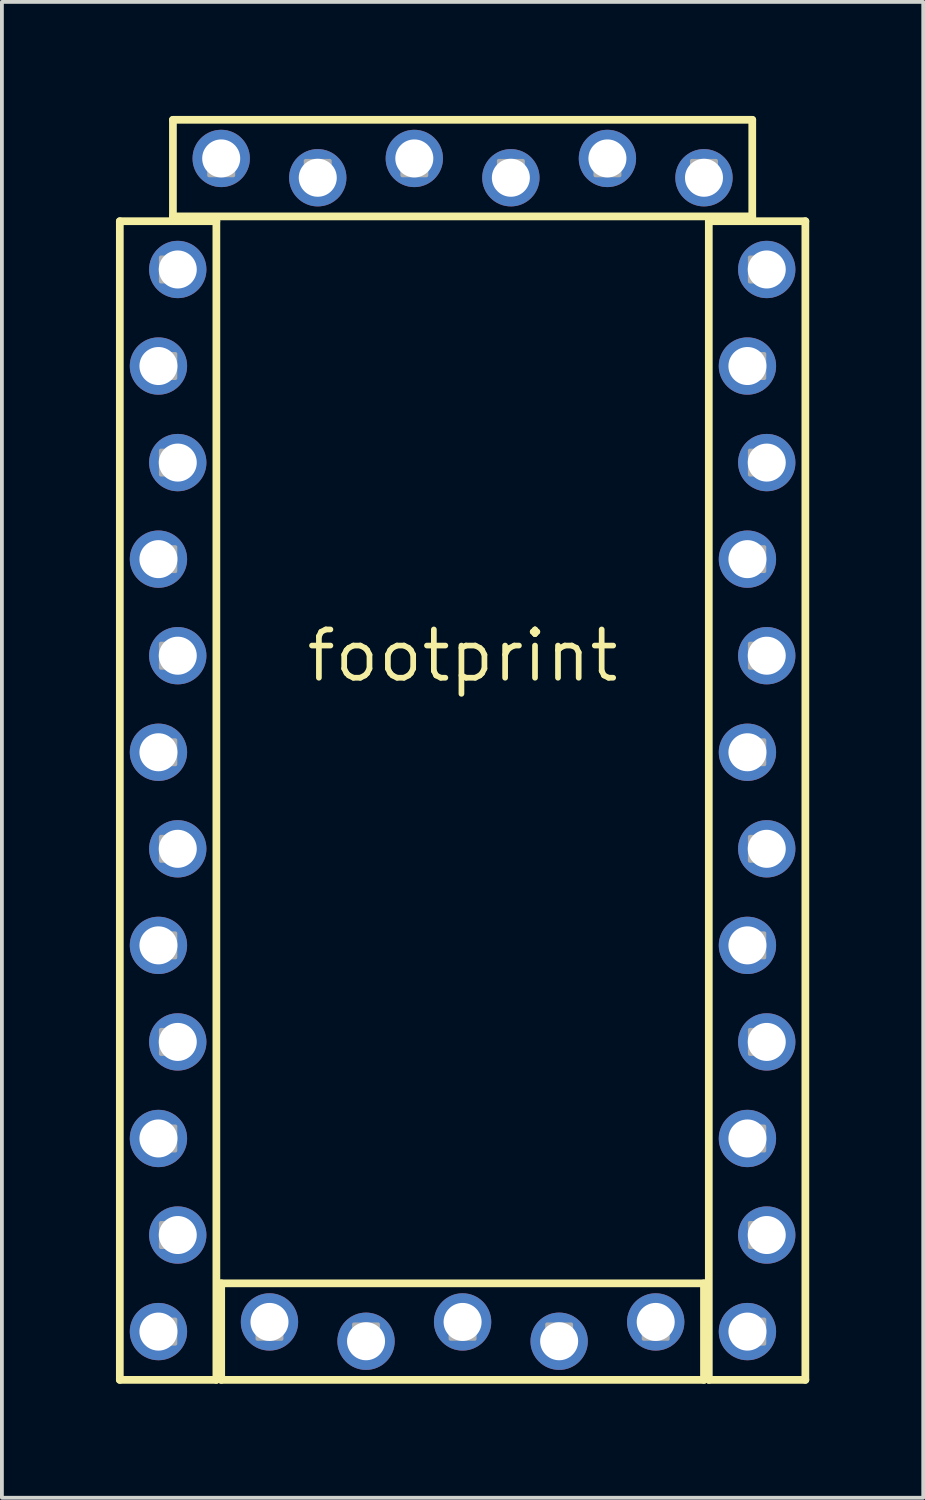
<source format=kicad_pcb>
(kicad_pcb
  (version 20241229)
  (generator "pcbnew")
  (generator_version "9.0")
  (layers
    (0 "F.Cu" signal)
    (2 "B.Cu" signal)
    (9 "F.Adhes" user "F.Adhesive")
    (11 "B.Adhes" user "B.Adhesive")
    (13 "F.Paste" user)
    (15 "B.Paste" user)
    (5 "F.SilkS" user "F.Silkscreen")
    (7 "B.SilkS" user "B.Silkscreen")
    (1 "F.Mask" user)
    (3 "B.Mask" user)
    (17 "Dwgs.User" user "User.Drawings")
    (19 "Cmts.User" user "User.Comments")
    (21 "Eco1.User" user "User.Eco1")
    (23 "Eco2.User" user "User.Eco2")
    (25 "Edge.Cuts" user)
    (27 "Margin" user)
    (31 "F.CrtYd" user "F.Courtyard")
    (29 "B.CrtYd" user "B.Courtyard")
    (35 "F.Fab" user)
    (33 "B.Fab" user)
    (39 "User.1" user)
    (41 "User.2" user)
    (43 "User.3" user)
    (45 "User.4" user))
  (footprint "footprint"
    (layer "F.Cu")
    (at 9.119 14.199)
    (property "Reference" "footprint" (at 0 0 0) (layer "F.SilkS") (effects (font (size 1.27 1.27) (thickness 0.15))))
    (fp_line (start -9.017 19.05) (end -9.017 -11.43) (stroke (width 0.203) (type solid)) (layer "F.SilkS"))
    (fp_line (start -7.62 -14.097) (end -7.62 -11.557) (stroke (width 0.203) (type solid)) (layer "F.SilkS"))
    (fp_line (start -7.62 -14.097) (end 7.62 -14.097) (stroke (width 0.203) (type solid)) (layer "F.SilkS"))
    (fp_line (start -6.477 -11.43) (end -9.017 -11.43) (stroke (width 0.203) (type solid)) (layer "F.SilkS"))
    (fp_line (start -6.477 -11.43) (end -6.477 19.05) (stroke (width 0.203) (type solid)) (layer "F.SilkS"))
    (fp_line (start -6.477 19.05) (end -9.017 19.05) (stroke (width 0.203) (type solid)) (layer "F.SilkS"))
    (fp_line (start -6.35 16.51) (end -6.35 19.05) (stroke (width 0.203) (type solid)) (layer "F.SilkS"))
    (fp_line (start -6.35 16.51) (end 6.35 16.51) (stroke (width 0.203) (type solid)) (layer "F.SilkS"))
    (fp_line (start 6.35 16.51) (end 6.35 19.05) (stroke (width 0.203) (type solid)) (layer "F.SilkS"))
    (fp_line (start 6.35 19.05) (end -6.35 19.05) (stroke (width 0.203) (type solid)) (layer "F.SilkS"))
    (fp_line (start 6.477 19.05) (end 6.477 -11.43) (stroke (width 0.203) (type solid)) (layer "F.SilkS"))
    (fp_line (start 7.62 -14.097) (end 7.62 -11.557) (stroke (width 0.203) (type solid)) (layer "F.SilkS"))
    (fp_line (start 7.62 -11.557) (end -7.62 -11.557) (stroke (width 0.203) (type solid)) (layer "F.SilkS"))
    (fp_line (start 9.017 -11.43) (end 6.477 -11.43) (stroke (width 0.203) (type solid)) (layer "F.SilkS"))
    (fp_line (start 9.017 -11.43) (end 9.017 19.05) (stroke (width 0.203) (type solid)) (layer "F.SilkS"))
    (fp_line (start 9.017 19.05) (end 6.477 19.05) (stroke (width 0.203) (type solid)) (layer "F.SilkS"))
    (fp_poly (pts (xy -7.938 -10.477) (xy -7.938 -9.842) (xy -7.556 -9.842) (xy -7.556 -10.477)) (stroke (width 0.1) (type solid)) (fill no) (layer "F.Fab"))
    (fp_poly (pts (xy -7.938 -7.938) (xy -7.938 -7.303) (xy -7.556 -7.303) (xy -7.556 -7.938)) (stroke (width 0.1) (type solid)) (fill no) (layer "F.Fab"))
    (fp_poly (pts (xy -7.938 -5.397) (xy -7.938 -4.763) (xy -7.556 -4.763) (xy -7.556 -5.397)) (stroke (width 0.1) (type solid)) (fill no) (layer "F.Fab"))
    (fp_poly (pts (xy -7.938 -2.857) (xy -7.938 -2.223) (xy -7.556 -2.223) (xy -7.556 -2.857)) (stroke (width 0.1) (type solid)) (fill no) (layer "F.Fab"))
    (fp_poly (pts (xy -7.938 -0.318) (xy -7.938 0.318) (xy -7.556 0.318) (xy -7.556 -0.318)) (stroke (width 0.1) (type solid)) (fill no) (layer "F.Fab"))
    (fp_poly (pts (xy -7.938 2.223) (xy -7.938 2.857) (xy -7.556 2.857) (xy -7.556 2.223)) (stroke (width 0.1) (type solid)) (fill no) (layer "F.Fab"))
    (fp_poly (pts (xy -7.938 4.763) (xy -7.938 5.397) (xy -7.556 5.397) (xy -7.556 4.763)) (stroke (width 0.1) (type solid)) (fill no) (layer "F.Fab"))
    (fp_poly (pts (xy -7.938 7.303) (xy -7.938 7.938) (xy -7.556 7.938) (xy -7.556 7.303)) (stroke (width 0.1) (type solid)) (fill no) (layer "F.Fab"))
    (fp_poly (pts (xy -7.938 9.842) (xy -7.938 10.477) (xy -7.556 10.477) (xy -7.556 9.842)) (stroke (width 0.1) (type solid)) (fill no) (layer "F.Fab"))
    (fp_poly (pts (xy -7.938 12.383) (xy -7.938 13.018) (xy -7.556 13.018) (xy -7.556 12.383)) (stroke (width 0.1) (type solid)) (fill no) (layer "F.Fab"))
    (fp_poly (pts (xy -7.938 14.922) (xy -7.938 15.557) (xy -7.556 15.557) (xy -7.556 14.922)) (stroke (width 0.1) (type solid)) (fill no) (layer "F.Fab"))
    (fp_poly (pts (xy -7.938 17.462) (xy -7.938 18.098) (xy -7.556 18.098) (xy -7.556 17.462)) (stroke (width 0.1) (type solid)) (fill no) (layer "F.Fab"))
    (fp_poly (pts (xy -6.668 -12.636) (xy -6.032 -12.636) (xy -6.032 -13.018) (xy -6.668 -13.018)) (stroke (width 0.1) (type solid)) (fill no) (layer "F.Fab"))
    (fp_poly (pts (xy -5.397 17.971) (xy -4.763 17.971) (xy -4.763 17.59) (xy -5.397 17.59)) (stroke (width 0.1) (type solid)) (fill no) (layer "F.Fab"))
    (fp_poly (pts (xy -4.128 -12.636) (xy -3.493 -12.636) (xy -3.493 -13.018) (xy -4.128 -13.018)) (stroke (width 0.1) (type solid)) (fill no) (layer "F.Fab"))
    (fp_poly (pts (xy -2.857 17.971) (xy -2.223 17.971) (xy -2.223 17.59) (xy -2.857 17.59)) (stroke (width 0.1) (type solid)) (fill no) (layer "F.Fab"))
    (fp_poly (pts (xy -1.587 -12.636) (xy -0.953 -12.636) (xy -0.953 -13.018) (xy -1.587 -13.018)) (stroke (width 0.1) (type solid)) (fill no) (layer "F.Fab"))
    (fp_poly (pts (xy -0.318 17.971) (xy 0.318 17.971) (xy 0.318 17.59) (xy -0.318 17.59)) (stroke (width 0.1) (type solid)) (fill no) (layer "F.Fab"))
    (fp_poly (pts (xy 0.953 -12.636) (xy 1.587 -12.636) (xy 1.587 -13.018) (xy 0.953 -13.018)) (stroke (width 0.1) (type solid)) (fill no) (layer "F.Fab"))
    (fp_poly (pts (xy 2.223 17.971) (xy 2.857 17.971) (xy 2.857 17.59) (xy 2.223 17.59)) (stroke (width 0.1) (type solid)) (fill no) (layer "F.Fab"))
    (fp_poly (pts (xy 3.493 -12.636) (xy 4.128 -12.636) (xy 4.128 -13.018) (xy 3.493 -13.018)) (stroke (width 0.1) (type solid)) (fill no) (layer "F.Fab"))
    (fp_poly (pts (xy 4.763 17.971) (xy 5.397 17.971) (xy 5.397 17.59) (xy 4.763 17.59)) (stroke (width 0.1) (type solid)) (fill no) (layer "F.Fab"))
    (fp_poly (pts (xy 6.032 -12.636) (xy 6.668 -12.636) (xy 6.668 -13.018) (xy 6.032 -13.018)) (stroke (width 0.1) (type solid)) (fill no) (layer "F.Fab"))
    (fp_poly (pts (xy 7.556 -10.477) (xy 7.556 -9.842) (xy 7.938 -9.842) (xy 7.938 -10.477)) (stroke (width 0.1) (type solid)) (fill no) (layer "F.Fab"))
    (fp_poly (pts (xy 7.556 -7.938) (xy 7.556 -7.303) (xy 7.938 -7.303) (xy 7.938 -7.938)) (stroke (width 0.1) (type solid)) (fill no) (layer "F.Fab"))
    (fp_poly (pts (xy 7.556 -5.397) (xy 7.556 -4.763) (xy 7.938 -4.763) (xy 7.938 -5.397)) (stroke (width 0.1) (type solid)) (fill no) (layer "F.Fab"))
    (fp_poly (pts (xy 7.556 -2.857) (xy 7.556 -2.223) (xy 7.938 -2.223) (xy 7.938 -2.857)) (stroke (width 0.1) (type solid)) (fill no) (layer "F.Fab"))
    (fp_poly (pts (xy 7.556 -0.318) (xy 7.556 0.318) (xy 7.938 0.318) (xy 7.938 -0.318)) (stroke (width 0.1) (type solid)) (fill no) (layer "F.Fab"))
    (fp_poly (pts (xy 7.556 2.223) (xy 7.556 2.857) (xy 7.938 2.857) (xy 7.938 2.223)) (stroke (width 0.1) (type solid)) (fill no) (layer "F.Fab"))
    (fp_poly (pts (xy 7.556 4.763) (xy 7.556 5.397) (xy 7.938 5.397) (xy 7.938 4.763)) (stroke (width 0.1) (type solid)) (fill no) (layer "F.Fab"))
    (fp_poly (pts (xy 7.556 7.303) (xy 7.556 7.938) (xy 7.938 7.938) (xy 7.938 7.303)) (stroke (width 0.1) (type solid)) (fill no) (layer "F.Fab"))
    (fp_poly (pts (xy 7.556 9.842) (xy 7.556 10.477) (xy 7.938 10.477) (xy 7.938 9.842)) (stroke (width 0.1) (type solid)) (fill no) (layer "F.Fab"))
    (fp_poly (pts (xy 7.556 12.383) (xy 7.556 13.018) (xy 7.938 13.018) (xy 7.938 12.383)) (stroke (width 0.1) (type solid)) (fill no) (layer "F.Fab"))
    (fp_poly (pts (xy 7.556 14.922) (xy 7.556 15.557) (xy 7.938 15.557) (xy 7.938 14.922)) (stroke (width 0.1) (type solid)) (fill no) (layer "F.Fab"))
    (fp_poly (pts (xy 7.556 17.462) (xy 7.556 18.098) (xy 7.938 18.098) (xy 7.938 17.462)) (stroke (width 0.1) (type solid)) (fill no) (layer "F.Fab"))
    (pad "2" thru_hole circle (at -7.493 0) (size 1.508 1.508) (drill 1) (layers "*.Cu" "*.Mask"))
    (pad "3" thru_hole circle (at -8.001 2.54) (size 1.508 1.508) (drill 1) (layers "*.Cu" "*.Mask"))
    (pad "4" thru_hole circle (at -7.493 5.08) (size 1.508 1.508) (drill 1) (layers "*.Cu" "*.Mask"))
    (pad "5" thru_hole circle (at -8.001 7.62) (size 1.508 1.508) (drill 1) (layers "*.Cu" "*.Mask"))
    (pad "6" thru_hole circle (at -7.493 10.16) (size 1.508 1.508) (drill 1) (layers "*.Cu" "*.Mask"))
    (pad "7" thru_hole circle (at -8.001 12.7) (size 1.508 1.508) (drill 1) (layers "*.Cu" "*.Mask"))
    (pad "8" thru_hole circle (at -7.493 15.24) (size 1.508 1.508) (drill 1) (layers "*.Cu" "*.Mask"))
    (pad "9" thru_hole circle (at -8.001 17.78) (size 1.508 1.508) (drill 1) (layers "*.Cu" "*.Mask"))
    (pad "10" thru_hole circle (at 7.493 17.78) (size 1.508 1.508) (drill 1) (layers "*.Cu" "*.Mask"))
    (pad "11" thru_hole circle (at 8.001 15.24) (size 1.508 1.508) (drill 1) (layers "*.Cu" "*.Mask"))
    (pad "12" thru_hole circle (at 7.493 12.7) (size 1.508 1.508) (drill 1) (layers "*.Cu" "*.Mask"))
    (pad "13" thru_hole circle (at 8.001 10.16) (size 1.508 1.508) (drill 1) (layers "*.Cu" "*.Mask"))
    (pad "485A" thru_hole circle (at -2.54 18.034 90) (size 1.508 1.508) (drill 1) (layers "*.Cu" "*.Mask"))
    (pad "485B" thru_hole circle (at -5.08 17.526 90) (size 1.508 1.508) (drill 1) (layers "*.Cu" "*.Mask"))
    (pad "A0" thru_hole circle (at 7.493 7.62) (size 1.508 1.508) (drill 1) (layers "*.Cu" "*.Mask"))
    (pad "A1" thru_hole circle (at 8.001 5.08) (size 1.508 1.508) (drill 1) (layers "*.Cu" "*.Mask"))
    (pad "A2" thru_hole circle (at 7.493 2.54) (size 1.508 1.508) (drill 1) (layers "*.Cu" "*.Mask"))
    (pad "A3" thru_hole circle (at 8.001 0) (size 1.508 1.508) (drill 1) (layers "*.Cu" "*.Mask"))
    (pad "CANHI" thru_hole circle (at 2.54 18.034 90) (size 1.508 1.508) (drill 1) (layers "*.Cu" "*.Mask"))
    (pad "CANLO" thru_hole circle (at 5.08 17.526 90) (size 1.508 1.508) (drill 1) (layers "*.Cu" "*.Mask"))
    (pad "CTS" thru_hole circle (at -3.81 -12.573 90) (size 1.508 1.508) (drill 1) (layers "*.Cu" "*.Mask"))
    (pad "DTR" thru_hole circle (at 6.35 -12.573 90) (size 1.508 1.508) (drill 1) (layers "*.Cu" "*.Mask"))
    (pad "GND1" thru_hole circle (at -8.001 -2.54) (size 1.508 1.508) (drill 1) (layers "*.Cu" "*.Mask"))
    (pad "GND2" thru_hole circle (at 7.493 -7.62) (size 1.508 1.508) (drill 1) (layers "*.Cu" "*.Mask"))
    (pad "GND3" thru_hole circle (at 0 17.526 90) (size 1.508 1.508) (drill 1) (layers "*.Cu" "*.Mask"))
    (pad "GND4" thru_hole circle (at -6.35 -13.081 90) (size 1.508 1.508) (drill 1) (layers "*.Cu" "*.Mask"))
    (pad "RAW" thru_hole circle (at 8.001 -10.16) (size 1.508 1.508) (drill 1) (layers "*.Cu" "*.Mask"))
    (pad "RST" thru_hole circle (at 8.001 -5.08) (size 1.508 1.508) (drill 1) (layers "*.Cu" "*.Mask"))
    (pad "RST1" thru_hole circle (at -7.493 -5.08) (size 1.508 1.508) (drill 1) (layers "*.Cu" "*.Mask"))
    (pad "RXI" thru_hole circle (at 1.27 -12.573 90) (size 1.508 1.508) (drill 1) (layers "*.Cu" "*.Mask"))
    (pad "RXI1" thru_hole circle (at -8.001 -7.62) (size 1.508 1.508) (drill 1) (layers "*.Cu" "*.Mask"))
    (pad "TXO" thru_hole circle (at 3.81 -13.081 90) (size 1.508 1.508) (drill 1) (layers "*.Cu" "*.Mask"))
    (pad "TXO1" thru_hole circle (at -7.493 -10.16) (size 1.508 1.508) (drill 1) (layers "*.Cu" "*.Mask"))
    (pad "VCC" thru_hole circle (at 7.493 -2.54) (size 1.508 1.508) (drill 1) (layers "*.Cu" "*.Mask"))
    (pad "VCC1" thru_hole circle (at -1.27 -13.081 90) (size 1.508 1.508) (drill 1) (layers "*.Cu" "*.Mask")))
  (gr_rect
    (start -3 -3)
    (end 21.237 36.35)
    (stroke (width 0.1) (type default))
    (fill no)
    (layer "Edge.Cuts")))
</source>
